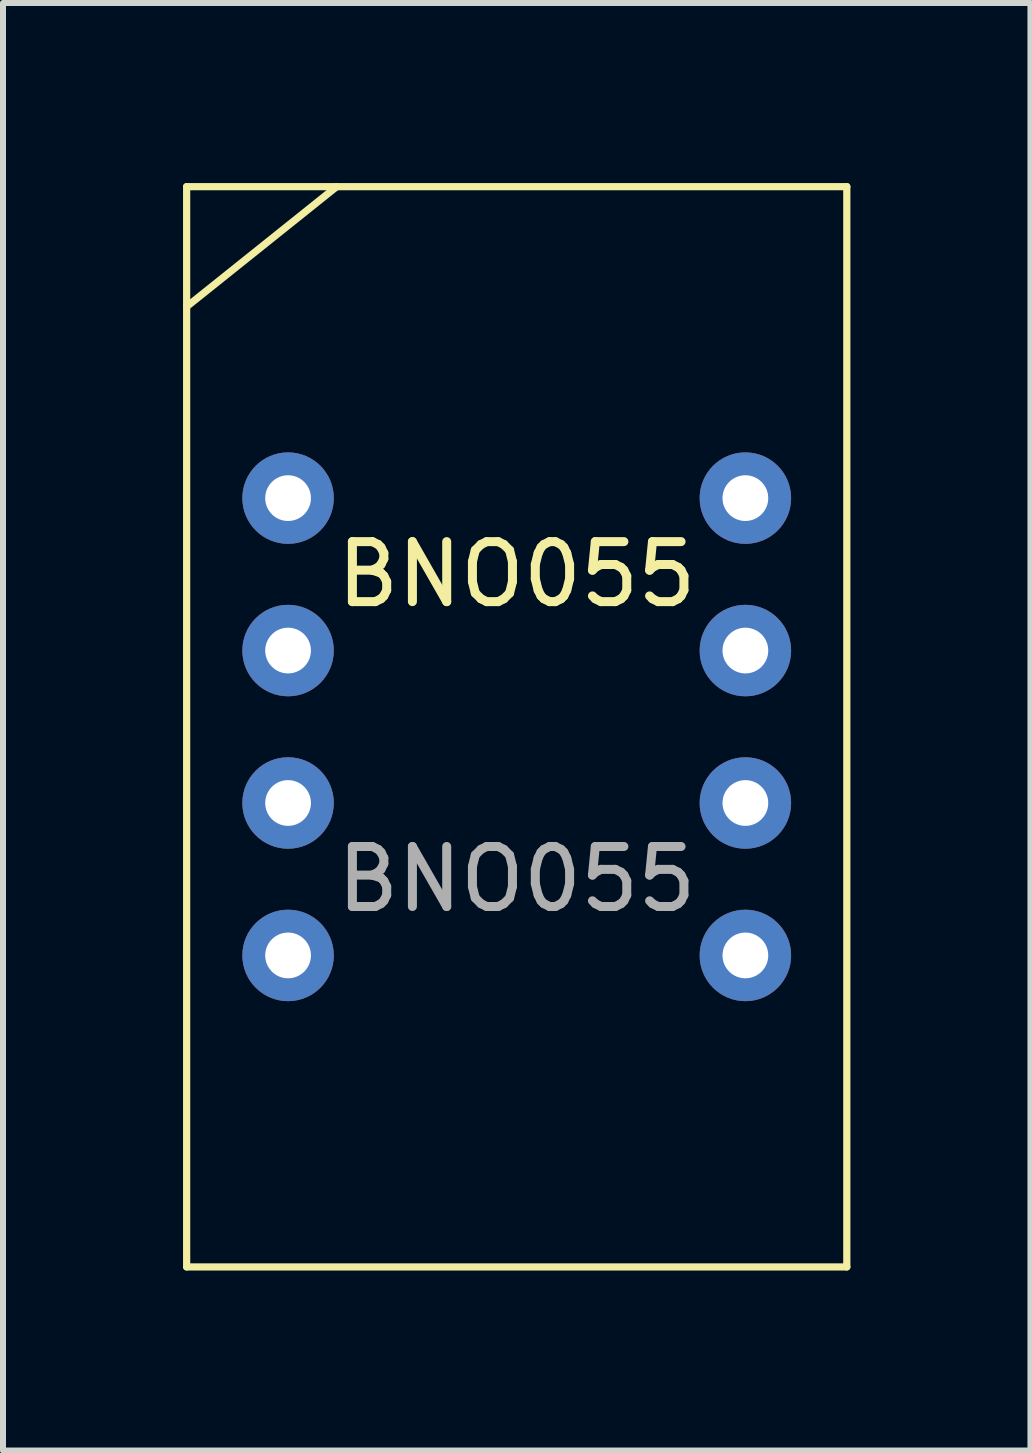
<source format=kicad_pcb>
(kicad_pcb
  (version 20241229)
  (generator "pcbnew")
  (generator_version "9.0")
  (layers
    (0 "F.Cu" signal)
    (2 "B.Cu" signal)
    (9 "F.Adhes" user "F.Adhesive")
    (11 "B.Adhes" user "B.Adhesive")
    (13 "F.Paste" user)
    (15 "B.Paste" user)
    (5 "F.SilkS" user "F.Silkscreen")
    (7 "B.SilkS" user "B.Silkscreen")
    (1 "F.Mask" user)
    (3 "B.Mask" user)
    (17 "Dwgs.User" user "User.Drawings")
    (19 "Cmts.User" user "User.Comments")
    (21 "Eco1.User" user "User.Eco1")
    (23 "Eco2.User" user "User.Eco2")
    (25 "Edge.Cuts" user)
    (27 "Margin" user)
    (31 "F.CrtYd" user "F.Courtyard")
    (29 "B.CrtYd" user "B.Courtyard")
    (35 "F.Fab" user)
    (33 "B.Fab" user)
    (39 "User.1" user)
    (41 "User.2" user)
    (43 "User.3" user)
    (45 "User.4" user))
  (footprint "BNO055"
    (layer "F.Cu")
    (at 5.56 9.06)
    (property "Reference" "BNO055" (at 0 -2.54 0) (unlocked yes) (layer "F.SilkS") (effects (font (size 1 1) (thickness 0.15))))
    (attr through_hole)
    (fp_line (start -5.5 -9) (end 5.5 -9) (stroke (width 0.12) (type solid)) (layer "F.SilkS"))
    (fp_line (start -5.5 9) (end -5.5 -9) (stroke (width 0.12) (type solid)) (layer "F.SilkS"))
    (fp_line (start -3 -9) (end -5.5 -7) (stroke (width 0.12) (type solid)) (layer "F.SilkS"))
    (fp_line (start 5.5 -9) (end 5.5 9) (stroke (width 0.12) (type solid)) (layer "F.SilkS"))
    (fp_line (start 5.5 9) (end -5.5 9) (stroke (width 0.12) (type solid)) (layer "F.SilkS"))
    (fp_text user "${REFERENCE}" (at 0 2.54 0) (unlocked yes) (layer "F.Fab") (effects (font (size 1 1) (thickness 0.15))))
    (pad "1" thru_hole circle (at -3.81 -3.81) (size 1.524 1.524) (drill 0.762) (layers "*.Cu" "*.Mask"))
    (pad "2" thru_hole circle (at -3.81 -1.27) (size 1.524 1.524) (drill 0.762) (layers "*.Cu" "*.Mask"))
    (pad "3" thru_hole circle (at -3.81 1.27) (size 1.524 1.524) (drill 0.762) (layers "*.Cu" "*.Mask"))
    (pad "4" thru_hole circle (at -3.81 3.81) (size 1.524 1.524) (drill 0.762) (layers "*.Cu" "*.Mask"))
    (pad "5" thru_hole circle (at 3.81 3.81) (size 1.524 1.524) (drill 0.762) (layers "*.Cu" "*.Mask"))
    (pad "6" thru_hole circle (at 3.81 1.27) (size 1.524 1.524) (drill 0.762) (layers "*.Cu" "*.Mask"))
    (pad "7" thru_hole circle (at 3.81 -1.27) (size 1.524 1.524) (drill 0.762) (layers "*.Cu" "*.Mask"))
    (pad "8" thru_hole circle (at 3.81 -3.81) (size 1.524 1.524) (drill 0.762) (layers "*.Cu" "*.Mask")))
  (gr_rect
    (start -3 -3)
    (end 14.12 21.12)
    (stroke (width 0.1) (type default))
    (fill no)
    (layer "Edge.Cuts")))
</source>
